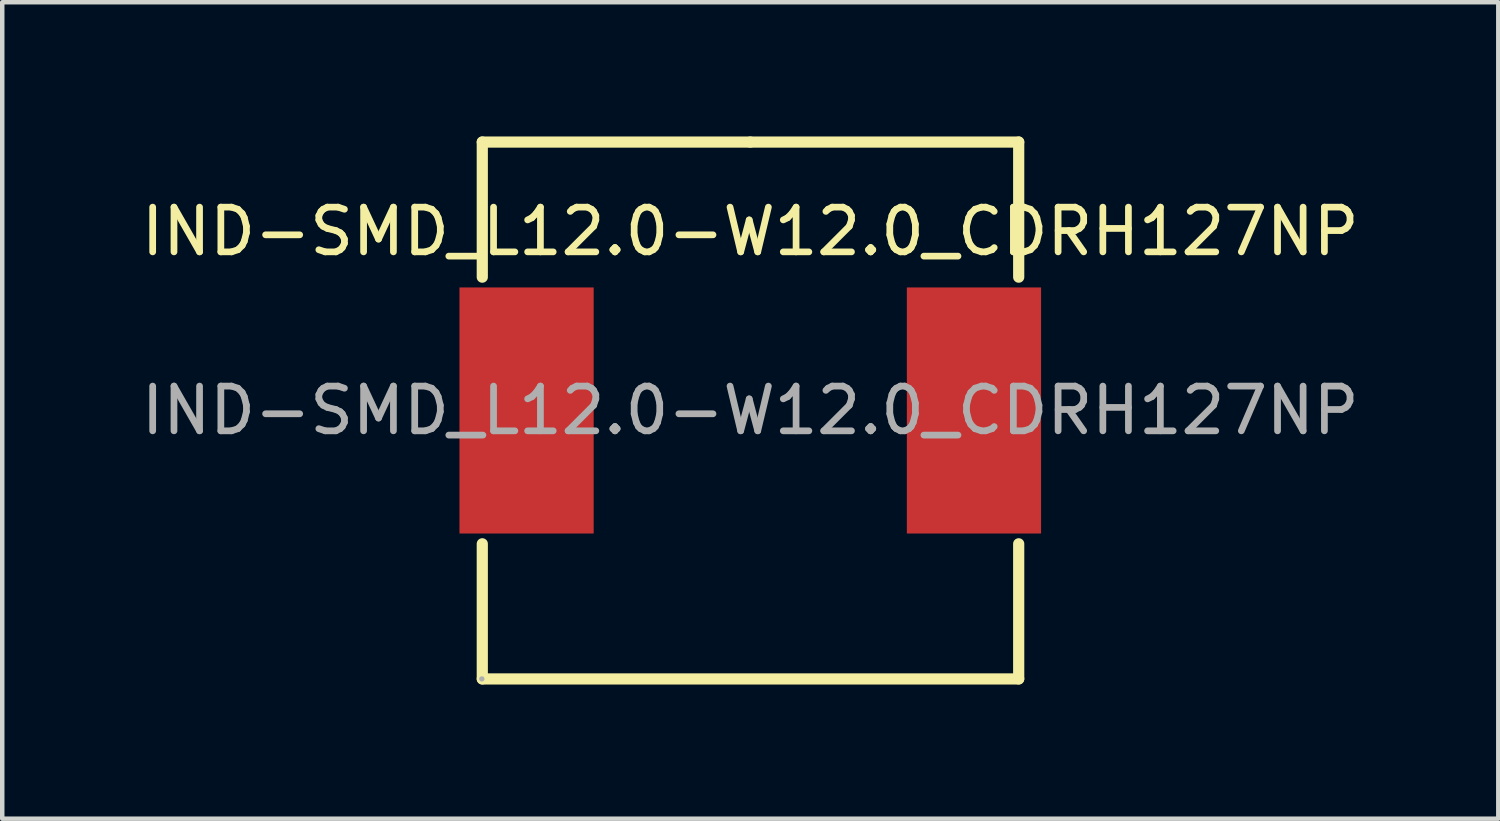
<source format=kicad_pcb>
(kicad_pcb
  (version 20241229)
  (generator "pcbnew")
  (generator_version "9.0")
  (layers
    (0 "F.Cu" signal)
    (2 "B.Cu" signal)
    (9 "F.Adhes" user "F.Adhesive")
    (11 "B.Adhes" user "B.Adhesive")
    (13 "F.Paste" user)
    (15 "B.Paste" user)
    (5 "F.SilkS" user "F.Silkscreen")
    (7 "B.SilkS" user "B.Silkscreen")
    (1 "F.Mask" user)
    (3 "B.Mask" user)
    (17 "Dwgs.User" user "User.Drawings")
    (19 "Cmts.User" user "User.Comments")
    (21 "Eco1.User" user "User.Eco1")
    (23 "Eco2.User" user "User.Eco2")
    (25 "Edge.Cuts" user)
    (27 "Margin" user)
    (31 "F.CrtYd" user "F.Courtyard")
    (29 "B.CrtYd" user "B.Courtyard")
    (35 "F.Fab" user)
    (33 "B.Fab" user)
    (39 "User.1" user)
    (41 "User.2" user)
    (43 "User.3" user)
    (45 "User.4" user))
  (footprint "IND-SMD_L12.0-W12.0_CDRH127NP"
    (layer "F.Cu")
    (at 13.72 6.125)
    (property "Reference" "IND-SMD_L12.0-W12.0_CDRH127NP" (at 0 -4 0) (layer "F.SilkS") (effects (font (size 1 1) (thickness 0.15))))
    (attr smd)
    (fp_line (start -5.99 -6) (end 0 -6) (stroke (width 0.25) (type solid)) (layer "F.SilkS"))
    (fp_line (start -5.99 -2.98) (end -5.99 -6) (stroke (width 0.25) (type solid)) (layer "F.SilkS"))
    (fp_line (start -5.99 6) (end -5.99 2.98) (stroke (width 0.25) (type solid)) (layer "F.SilkS"))
    (fp_line (start 0 -6) (end 6 -6) (stroke (width 0.25) (type solid)) (layer "F.SilkS"))
    (fp_line (start 6 -6) (end 6 -2.98) (stroke (width 0.25) (type solid)) (layer "F.SilkS"))
    (fp_line (start 6 2.98) (end 6 6) (stroke (width 0.25) (type solid)) (layer "F.SilkS"))
    (fp_line (start 6 6) (end -5.99 6) (stroke (width 0.25) (type solid)) (layer "F.SilkS"))
    (fp_circle (center -6 6) (end -5.97 6) (stroke (width 0.06) (type solid)) (fill no) (layer "F.Fab"))
    (fp_text user "${REFERENCE}" (at 0 0 0) (layer "F.Fab") (effects (font (size 1 1) (thickness 0.15))))
    (pad "1" smd rect (at -5 0) (size 3 5.5) (layers "F.Cu" "F.Mask" "F.Paste"))
    (pad "2" smd rect (at 5 0) (size 3 5.5) (layers "F.Cu" "F.Mask" "F.Paste")))
  (gr_rect
    (start -3 -3)
    (end 30.44 15.25)
    (stroke (width 0.1) (type default))
    (fill no)
    (layer "Edge.Cuts")))
</source>
